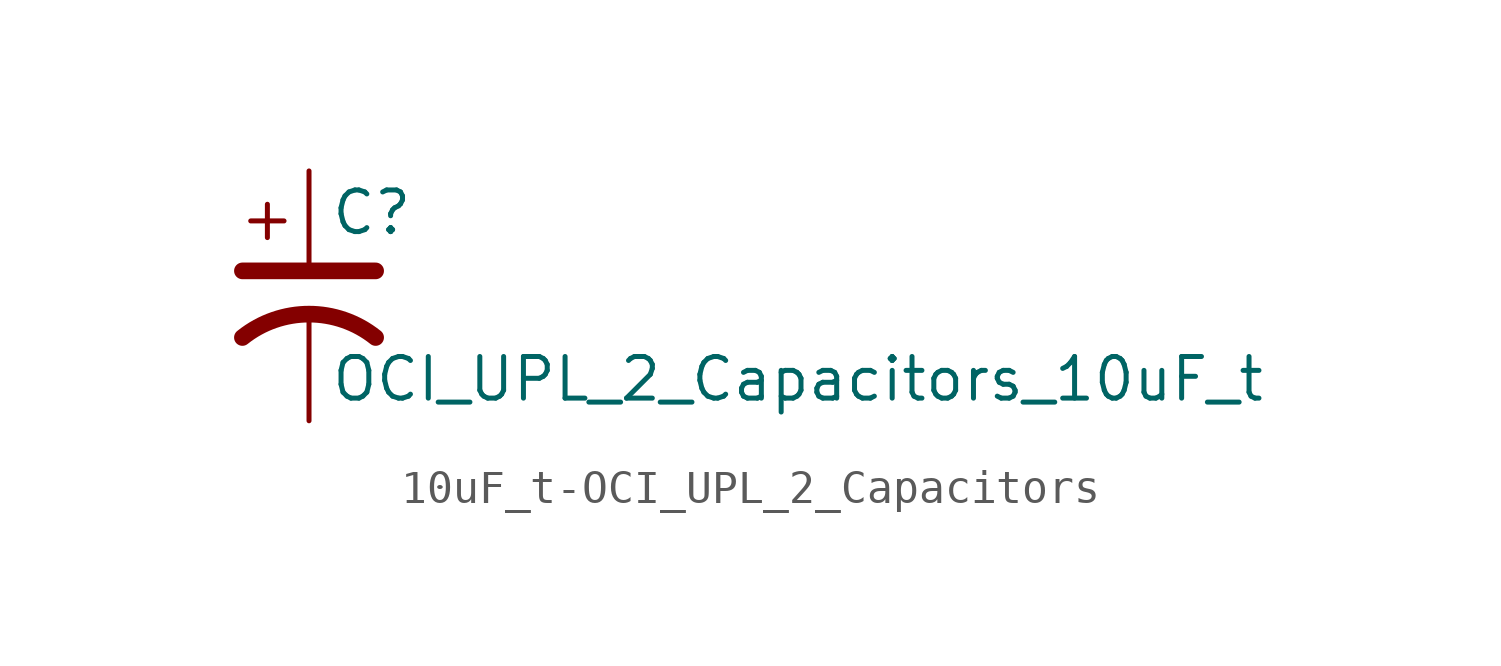
<source format=kicad_sym>
(kicad_symbol_lib
  (version 20231120)
  (generator "kicad_symbol_editor")
  (generator_version "8.0")
  (symbol "10uF_t-OCI_UPL_2_Capacitors"
    (pin_numbers hide)
    (pin_names
      (offset 0.254) hide)
    (property "Reference" "C"
      (at 0.635 2.54 0)
      (effects (font (size 1.27 1.27)) (justify left)))
    (property "Value" "OCI_UPL_2_Capacitors_10uF_t"
      (at 0.635 -2.54 0)
      (effects (font (size 1.27 1.27)) (justify left)))
    (symbol "10uF_t-OCI_UPL_2_Capacitors_0_1"
      (polyline (pts (xy -2.032 0.762) (xy 2.032 0.762)) (stroke (width 0.508) (type solid)) (fill (type none)))
      (polyline (pts (xy -1.778 2.286) (xy -0.762 2.286)) (stroke (width 0) (type solid)) (fill (type none)))
      (polyline (pts (xy -1.27 1.778) (xy -1.27 2.794)) (stroke (width 0) (type solid)) (fill (type none)))
      (arc (start 2.032 -1.27) (mid 0 -0.5572) (end -2.032 -1.27) (stroke (width 0.508) (type solid)) (fill (type none))))
    (symbol "10uF_t-OCI_UPL_2_Capacitors_1_1"
      (pin passive line (at 0 3.81 270) (length 2.794) (name "~" (effects (font (size 1.016 1.016)))) (number "1" (effects (font (size 1.016 1.016)))))
      (pin passive line (at 0 -3.81 90) (length 3.302) (name "~" (effects (font (size 1.016 1.016)))) (number "2" (effects (font (size 1.016 1.016))))))))
</source>
